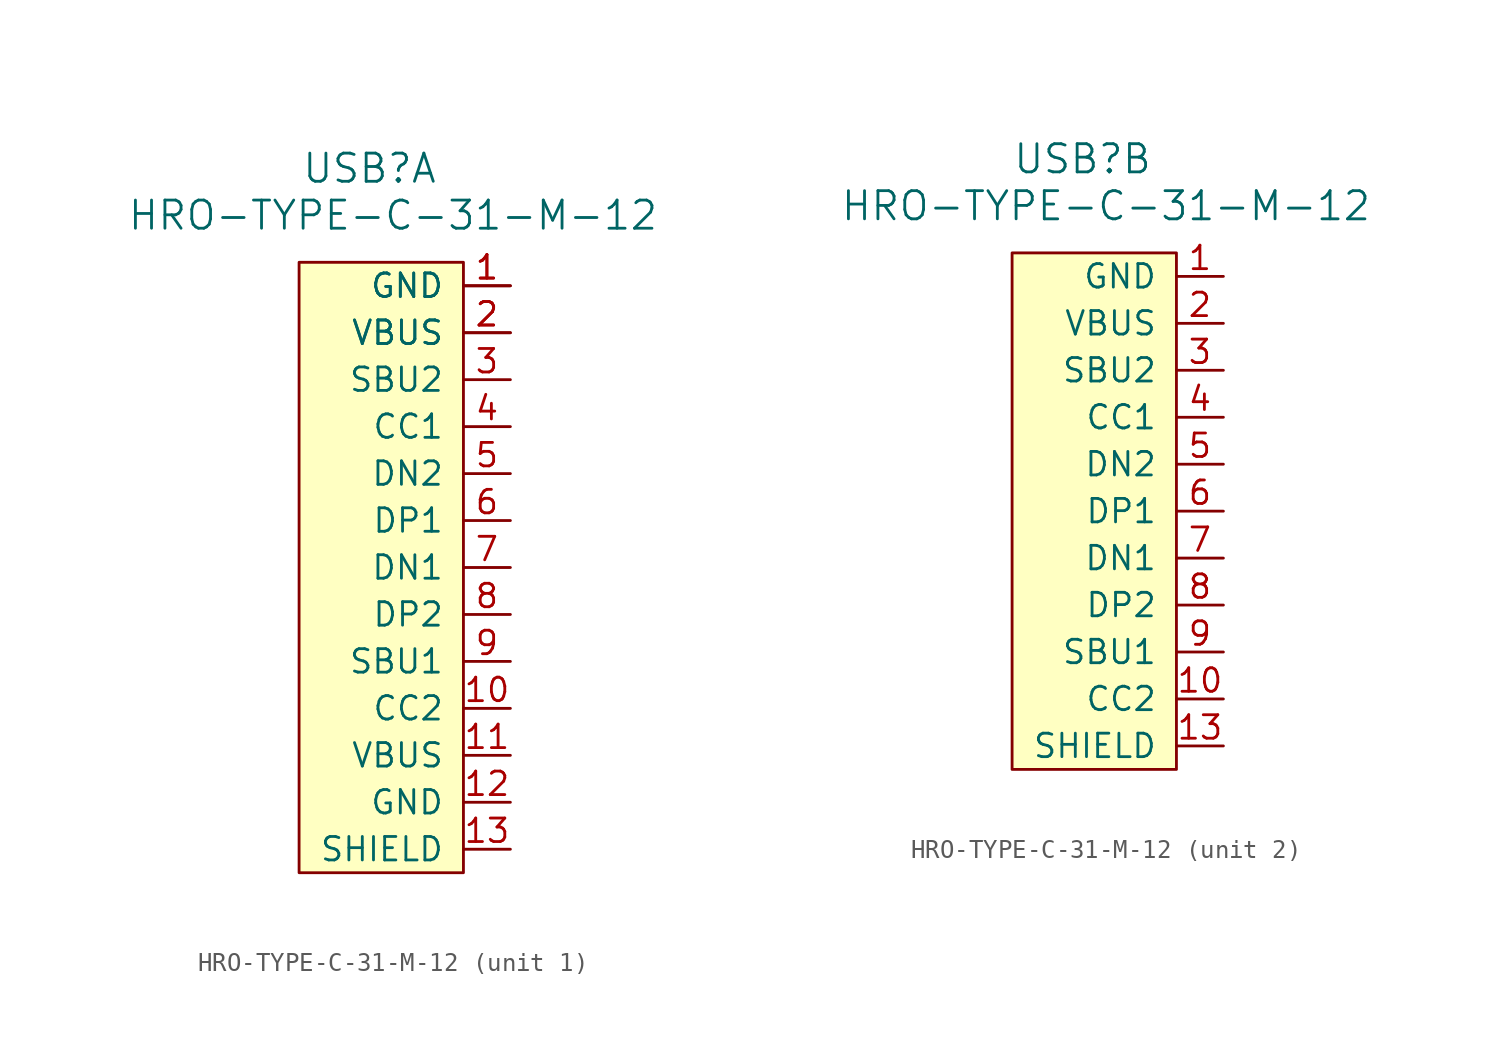
<source format=kicad_sym>
(kicad_symbol_lib
  (version 20211014)
  (generator kicad_symbol_editor)
  (symbol "HRO-TYPE-C-31-M-12"
    (pin_names
      (offset 1.016))
    (property "Reference" "USB"
      (at -5.08 20.32 0)
      (effects (font (size 1.524 1.524))))
    (property "Value" "HRO-TYPE-C-31-M-12"
      (at -3.81 17.78 0)
      (effects (font (size 1.524 1.524))))
    (property "ki_locked" ""
      (at 0 0 0)
      (effects (font (size 1.27 1.27))))
    (symbol "HRO-TYPE-C-31-M-12_0_1"
      (pin power_out line (at 2.54 13.97 180) (length 2.54) (name "GND" (effects (font (size 1.27 1.27)))) (number "1" (effects (font (size 1.27 1.27)))))
      (pin power_out line (at 2.54 11.43 180) (length 2.54) (name "VBUS" (effects (font (size 1.27 1.27)))) (number "2" (effects (font (size 1.27 1.27))))))
    (symbol "HRO-TYPE-C-31-M-12_1_1"
      (rectangle (start 0 -17.78) (end -8.89 15.24) (stroke (width 0) (type default) (color 0 0 0 0)) (fill (type background)))
      (pin power_out line (at 2.54 13.97 180) (length 2.54) (name "GND" (effects (font (size 1.27 1.27)))) (number "1" (effects (font (size 1.27 1.27)))))
      (pin passive line (at 2.54 -8.89 180) (length 2.54) (name "CC2" (effects (font (size 1.27 1.27)))) (number "10" (effects (font (size 1.27 1.27)))))
      (pin power_out line (at 2.54 -11.43 180) (length 2.54) (name "VBUS" (effects (font (size 1.27 1.27)))) (number "11" (effects (font (size 1.27 1.27)))))
      (pin power_out line (at 2.54 -13.97 180) (length 2.54) (name "GND" (effects (font (size 1.27 1.27)))) (number "12" (effects (font (size 1.27 1.27)))))
      (pin passive line (at 2.54 -16.51 180) (length 2.54) (name "SHIELD" (effects (font (size 1.27 1.27)))) (number "13" (effects (font (size 1.27 1.27)))))
      (pin power_out line (at 2.54 11.43 180) (length 2.54) (name "VBUS" (effects (font (size 1.27 1.27)))) (number "2" (effects (font (size 1.27 1.27)))))
      (pin passive line (at 2.54 8.89 180) (length 2.54) (name "SBU2" (effects (font (size 1.27 1.27)))) (number "3" (effects (font (size 1.27 1.27)))))
      (pin bidirectional line (at 2.54 6.35 180) (length 2.54) (name "CC1" (effects (font (size 1.27 1.27)))) (number "4" (effects (font (size 1.27 1.27)))))
      (pin bidirectional line (at 2.54 3.81 180) (length 2.54) (name "DN2" (effects (font (size 1.27 1.27)))) (number "5" (effects (font (size 1.27 1.27)))))
      (pin bidirectional line (at 2.54 1.27 180) (length 2.54) (name "DP1" (effects (font (size 1.27 1.27)))) (number "6" (effects (font (size 1.27 1.27)))))
      (pin bidirectional line (at 2.54 -1.27 180) (length 2.54) (name "DN1" (effects (font (size 1.27 1.27)))) (number "7" (effects (font (size 1.27 1.27)))))
      (pin bidirectional line (at 2.54 -3.81 180) (length 2.54) (name "DP2" (effects (font (size 1.27 1.27)))) (number "8" (effects (font (size 1.27 1.27)))))
      (pin passive line (at 2.54 -6.35 180) (length 2.54) (name "SBU1" (effects (font (size 1.27 1.27)))) (number "9" (effects (font (size 1.27 1.27))))))
    (symbol "HRO-TYPE-C-31-M-12_2_1"
      (rectangle (start -8.89 15.24) (end 0 -12.7) (stroke (width 0) (type default) (color 0 0 0 0)) (fill (type background)))
      (pin passive line (at 2.54 -8.89 180) (length 2.54) (name "CC2" (effects (font (size 1.27 1.27)))) (number "10" (effects (font (size 1.27 1.27)))))
      (pin passive line (at 2.54 11.43 180) (length 2.54) hide (name "VBUS" (effects (font (size 1.27 1.27)))) (number "11" (effects (font (size 1.27 1.27)))))
      (pin passive line (at 2.54 13.97 180) (length 2.54) hide (name "GND" (effects (font (size 1.27 1.27)))) (number "12" (effects (font (size 1.27 1.27)))))
      (pin passive line (at 2.54 -11.43 180) (length 2.54) (name "SHIELD" (effects (font (size 1.27 1.27)))) (number "13" (effects (font (size 1.27 1.27)))))
      (pin passive line (at 2.54 8.89 180) (length 2.54) (name "SBU2" (effects (font (size 1.27 1.27)))) (number "3" (effects (font (size 1.27 1.27)))))
      (pin bidirectional line (at 2.54 6.35 180) (length 2.54) (name "CC1" (effects (font (size 1.27 1.27)))) (number "4" (effects (font (size 1.27 1.27)))))
      (pin bidirectional line (at 2.54 3.81 180) (length 2.54) (name "DN2" (effects (font (size 1.27 1.27)))) (number "5" (effects (font (size 1.27 1.27)))))
      (pin bidirectional line (at 2.54 1.27 180) (length 2.54) (name "DP1" (effects (font (size 1.27 1.27)))) (number "6" (effects (font (size 1.27 1.27)))))
      (pin bidirectional line (at 2.54 -1.27 180) (length 2.54) (name "DN1" (effects (font (size 1.27 1.27)))) (number "7" (effects (font (size 1.27 1.27)))))
      (pin bidirectional line (at 2.54 -3.81 180) (length 2.54) (name "DP2" (effects (font (size 1.27 1.27)))) (number "8" (effects (font (size 1.27 1.27)))))
      (pin passive line (at 2.54 -6.35 180) (length 2.54) (name "SBU1" (effects (font (size 1.27 1.27)))) (number "9" (effects (font (size 1.27 1.27))))))))
</source>
